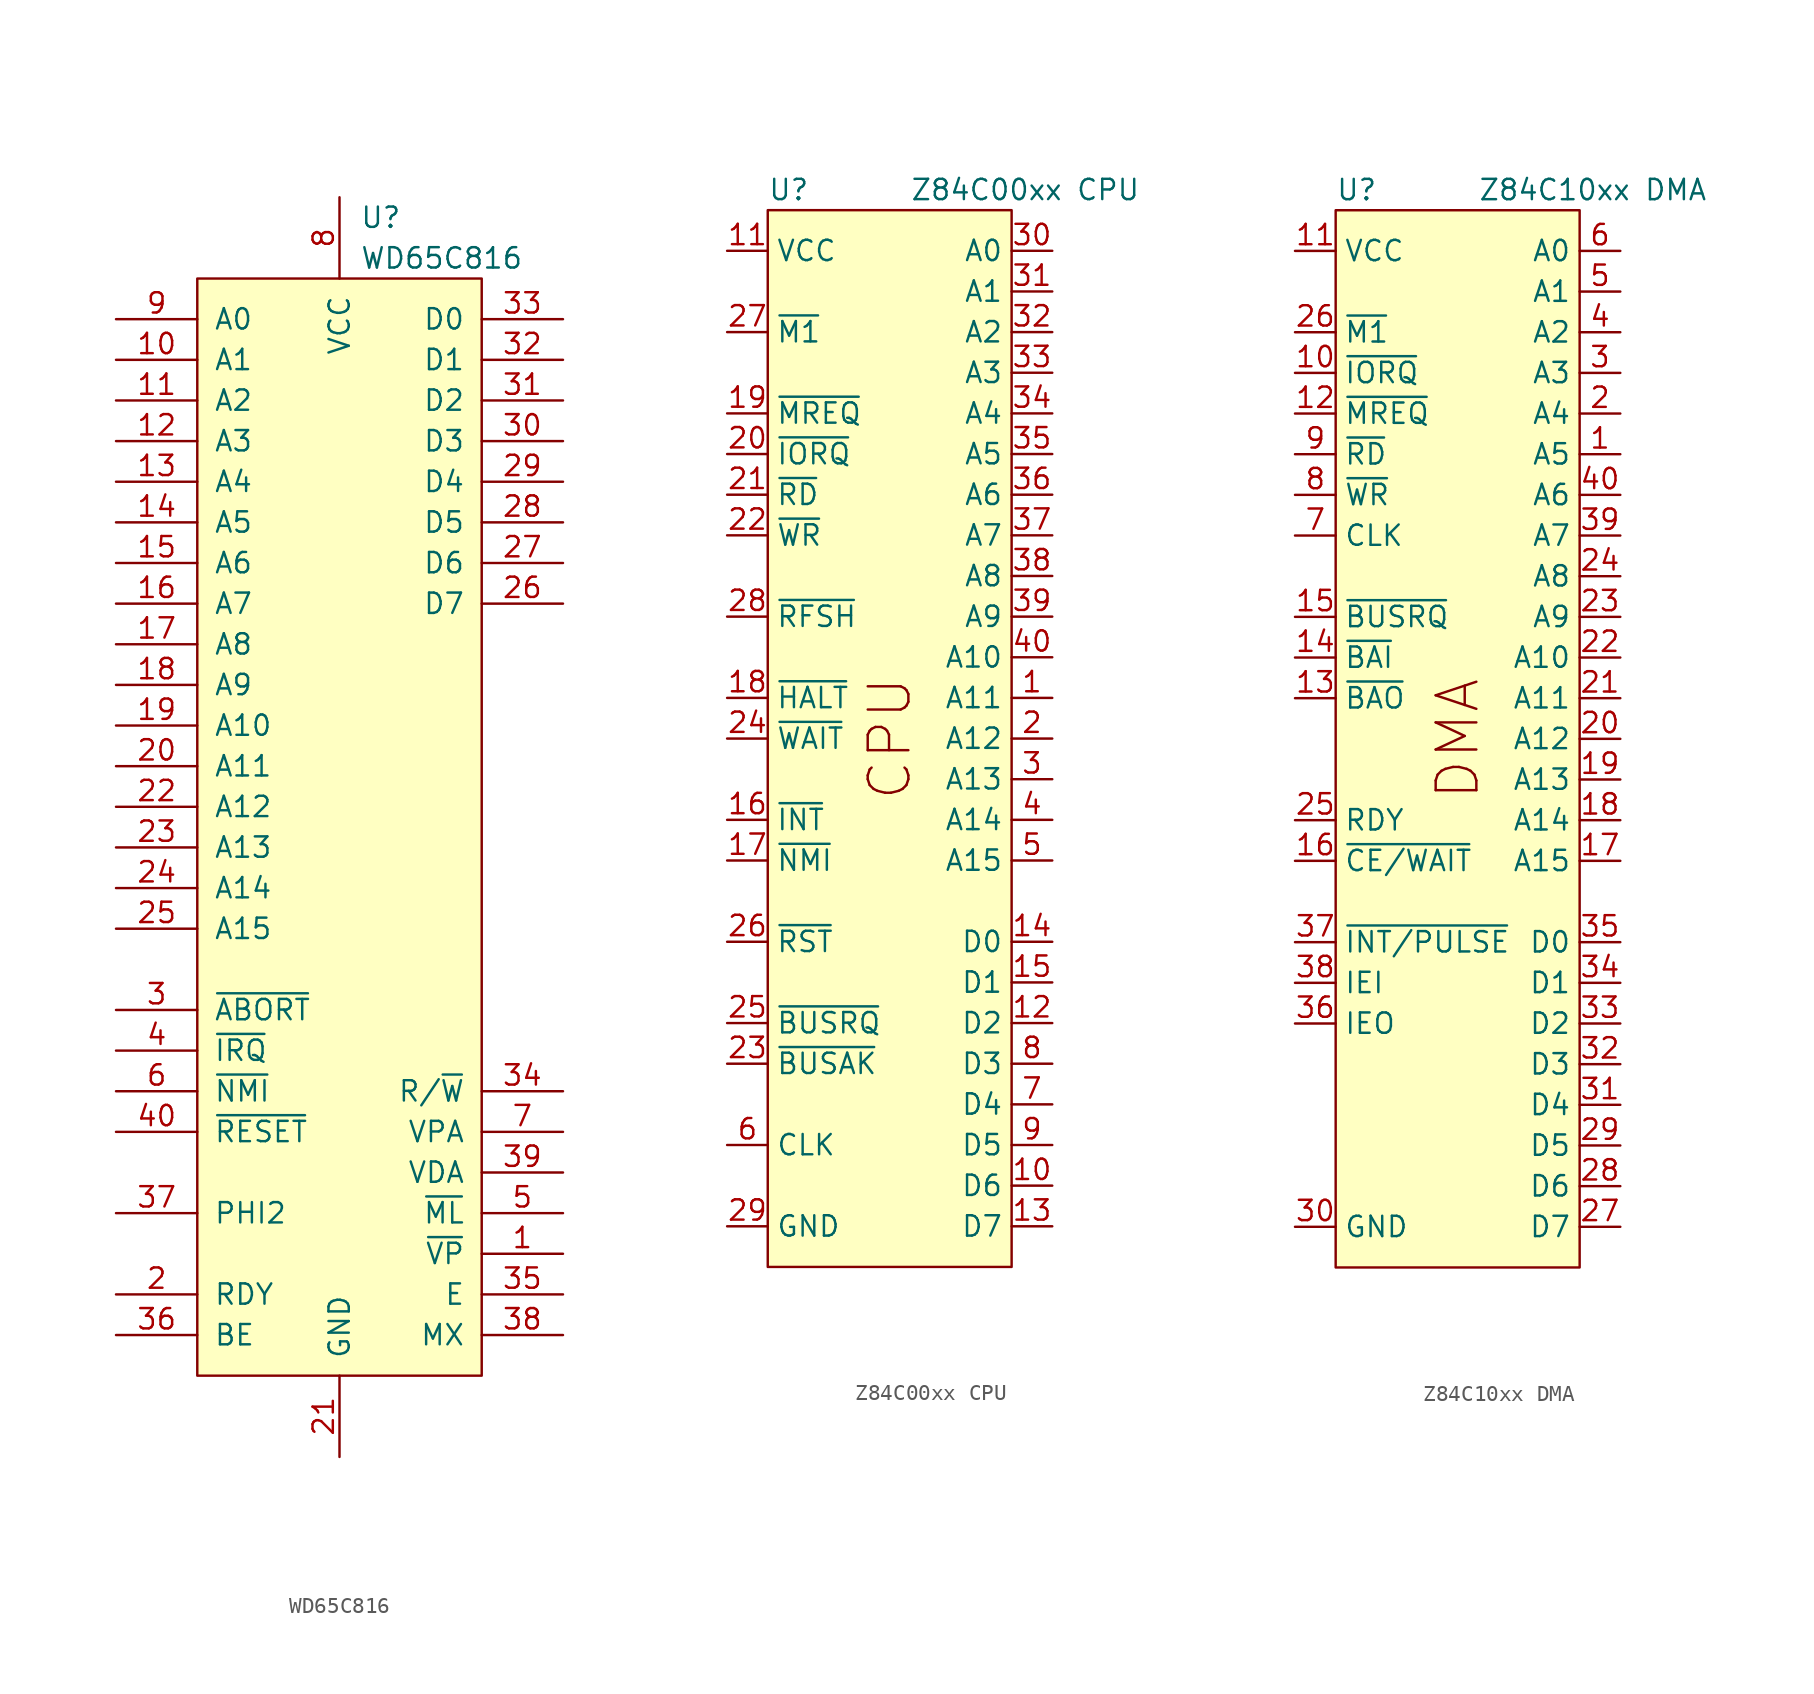
<source format=kicad_sym>
(kicad_symbol_lib
  (version 20220914)
  (generator kicad_symbol_editor)
  (symbol "WD65C816"
    (pin_names
      (offset 1.016))
    (property "Reference" "U"
      (at 10.16 3.81 0)
      (effects (font (size 1.27 1.27)) (justify left)))
    (property "Value" "WD65C816"
      (at 10.16 1.27 0)
      (effects (font (size 1.27 1.27)) (justify left)))
    (property "Footprint" ""
      (at -3.81 0 0)
      (effects (font (size 1.524 1.524))))
    (property "Datasheet" ""
      (at -3.81 0 0)
      (effects (font (size 1.524 1.524))))
    (symbol "WD65C816_0_1"
      (rectangle (start 0 0) (end 17.78 -68.58) (stroke (width 0) (type solid)) (fill (type background))))
    (symbol "WD65C816_1_1"
      (pin output line (at 22.86 -60.96 180) (length 5.08) (name "~{VP}" (effects (font (size 1.27 1.27)))) (number "1" (effects (font (size 1.27 1.27)))))
      (pin output line (at -5.08 -5.08 0) (length 5.08) (name "A1" (effects (font (size 1.27 1.27)))) (number "10" (effects (font (size 1.27 1.27)))))
      (pin output line (at -5.08 -7.62 0) (length 5.08) (name "A2" (effects (font (size 1.27 1.27)))) (number "11" (effects (font (size 1.27 1.27)))))
      (pin output line (at -5.08 -10.16 0) (length 5.08) (name "A3" (effects (font (size 1.27 1.27)))) (number "12" (effects (font (size 1.27 1.27)))))
      (pin output line (at -5.08 -12.7 0) (length 5.08) (name "A4" (effects (font (size 1.27 1.27)))) (number "13" (effects (font (size 1.27 1.27)))))
      (pin output line (at -5.08 -15.24 0) (length 5.08) (name "A5" (effects (font (size 1.27 1.27)))) (number "14" (effects (font (size 1.27 1.27)))))
      (pin output line (at -5.08 -17.78 0) (length 5.08) (name "A6" (effects (font (size 1.27 1.27)))) (number "15" (effects (font (size 1.27 1.27)))))
      (pin output line (at -5.08 -20.32 0) (length 5.08) (name "A7" (effects (font (size 1.27 1.27)))) (number "16" (effects (font (size 1.27 1.27)))))
      (pin output line (at -5.08 -22.86 0) (length 5.08) (name "A8" (effects (font (size 1.27 1.27)))) (number "17" (effects (font (size 1.27 1.27)))))
      (pin output line (at -5.08 -25.4 0) (length 5.08) (name "A9" (effects (font (size 1.27 1.27)))) (number "18" (effects (font (size 1.27 1.27)))))
      (pin output line (at -5.08 -27.94 0) (length 5.08) (name "A10" (effects (font (size 1.27 1.27)))) (number "19" (effects (font (size 1.27 1.27)))))
      (pin bidirectional line (at -5.08 -63.5 0) (length 5.08) (name "RDY" (effects (font (size 1.27 1.27)))) (number "2" (effects (font (size 1.27 1.27)))))
      (pin output line (at -5.08 -30.48 0) (length 5.08) (name "A11" (effects (font (size 1.27 1.27)))) (number "20" (effects (font (size 1.27 1.27)))))
      (pin power_in line (at 8.89 -73.66 90) (length 5.08) (name "GND" (effects (font (size 1.27 1.27)))) (number "21" (effects (font (size 1.27 1.27)))))
      (pin output line (at -5.08 -33.02 0) (length 5.08) (name "A12" (effects (font (size 1.27 1.27)))) (number "22" (effects (font (size 1.27 1.27)))))
      (pin output line (at -5.08 -35.56 0) (length 5.08) (name "A13" (effects (font (size 1.27 1.27)))) (number "23" (effects (font (size 1.27 1.27)))))
      (pin output line (at -5.08 -38.1 0) (length 5.08) (name "A14" (effects (font (size 1.27 1.27)))) (number "24" (effects (font (size 1.27 1.27)))))
      (pin output line (at -5.08 -40.64 0) (length 5.08) (name "A15" (effects (font (size 1.27 1.27)))) (number "25" (effects (font (size 1.27 1.27)))))
      (pin tri_state line (at 22.86 -20.32 180) (length 5.08) (name "D7" (effects (font (size 1.27 1.27)))) (number "26" (effects (font (size 1.27 1.27)))))
      (pin tri_state line (at 22.86 -17.78 180) (length 5.08) (name "D6" (effects (font (size 1.27 1.27)))) (number "27" (effects (font (size 1.27 1.27)))))
      (pin tri_state line (at 22.86 -15.24 180) (length 5.08) (name "D5" (effects (font (size 1.27 1.27)))) (number "28" (effects (font (size 1.27 1.27)))))
      (pin tri_state line (at 22.86 -12.7 180) (length 5.08) (name "D4" (effects (font (size 1.27 1.27)))) (number "29" (effects (font (size 1.27 1.27)))))
      (pin input line (at -5.08 -45.72 0) (length 5.08) (name "~{ABORT}" (effects (font (size 1.27 1.27)))) (number "3" (effects (font (size 1.27 1.27)))))
      (pin tri_state line (at 22.86 -10.16 180) (length 5.08) (name "D3" (effects (font (size 1.27 1.27)))) (number "30" (effects (font (size 1.27 1.27)))))
      (pin tri_state line (at 22.86 -7.62 180) (length 5.08) (name "D2" (effects (font (size 1.27 1.27)))) (number "31" (effects (font (size 1.27 1.27)))))
      (pin tri_state line (at 22.86 -5.08 180) (length 5.08) (name "D1" (effects (font (size 1.27 1.27)))) (number "32" (effects (font (size 1.27 1.27)))))
      (pin tri_state line (at 22.86 -2.54 180) (length 5.08) (name "D0" (effects (font (size 1.27 1.27)))) (number "33" (effects (font (size 1.27 1.27)))))
      (pin output line (at 22.86 -50.8 180) (length 5.08) (name "R/~{W}" (effects (font (size 1.27 1.27)))) (number "34" (effects (font (size 1.27 1.27)))))
      (pin output line (at 22.86 -63.5 180) (length 5.08) (name "E" (effects (font (size 1.27 1.27)))) (number "35" (effects (font (size 1.27 1.27)))))
      (pin input line (at -5.08 -66.04 0) (length 5.08) (name "BE" (effects (font (size 1.27 1.27)))) (number "36" (effects (font (size 1.27 1.27)))))
      (pin input line (at -5.08 -58.42 0) (length 5.08) (name "PHI2" (effects (font (size 1.27 1.27)))) (number "37" (effects (font (size 1.27 1.27)))))
      (pin output line (at 22.86 -66.04 180) (length 5.08) (name "MX" (effects (font (size 1.27 1.27)))) (number "38" (effects (font (size 1.27 1.27)))))
      (pin output line (at 22.86 -55.88 180) (length 5.08) (name "VDA" (effects (font (size 1.27 1.27)))) (number "39" (effects (font (size 1.27 1.27)))))
      (pin input line (at -5.08 -48.26 0) (length 5.08) (name "~{IRQ}" (effects (font (size 1.27 1.27)))) (number "4" (effects (font (size 1.27 1.27)))))
      (pin input line (at -5.08 -53.34 0) (length 5.08) (name "~{RESET}" (effects (font (size 1.27 1.27)))) (number "40" (effects (font (size 1.27 1.27)))))
      (pin output line (at 22.86 -58.42 180) (length 5.08) (name "~{ML}" (effects (font (size 1.27 1.27)))) (number "5" (effects (font (size 1.27 1.27)))))
      (pin input line (at -5.08 -50.8 0) (length 5.08) (name "~{NMI}" (effects (font (size 1.27 1.27)))) (number "6" (effects (font (size 1.27 1.27)))))
      (pin output line (at 22.86 -53.34 180) (length 5.08) (name "VPA" (effects (font (size 1.27 1.27)))) (number "7" (effects (font (size 1.27 1.27)))))
      (pin power_in line (at 8.89 5.08 270) (length 5.08) (name "VCC" (effects (font (size 1.27 1.27)))) (number "8" (effects (font (size 1.27 1.27)))))
      (pin output line (at -5.08 -2.54 0) (length 5.08) (name "A0" (effects (font (size 1.27 1.27)))) (number "9" (effects (font (size 1.27 1.27)))))))
  (symbol "Z84C00xx CPU"
    (property "Reference" "U"
      (at -7.62 1.27 0)
      (effects (font (size 1.27 1.27)) (justify left)))
    (property "Value" "Z84C00xx CPU"
      (at 1.27 1.27 0)
      (effects (font (size 1.27 1.27)) (justify left)))
    (symbol "Z84C00xx CPU_0_0"
      (text "CPU" (at 0 -33.02 900) (effects (font (size 2.54 2.54)))))
    (symbol "Z84C00xx CPU_0_1"
      (rectangle (start -7.62 0) (end 7.62 -66.04) (stroke (width 0.152) (type default)) (fill (type background))))
    (symbol "Z84C00xx CPU_1_1"
      (pin tri_state line (at 10.16 -30.48 180) (length 2.54) (name "A11" (effects (font (size 1.27 1.27)))) (number "1" (effects (font (size 1.27 1.27)))))
      (pin tri_state line (at 10.16 -60.96 180) (length 2.54) (name "D6" (effects (font (size 1.27 1.27)))) (number "10" (effects (font (size 1.27 1.27)))))
      (pin power_in line (at -10.16 -2.54 0) (length 2.54) (name "VCC" (effects (font (size 1.27 1.27)))) (number "11" (effects (font (size 1.27 1.27)))))
      (pin tri_state line (at 10.16 -50.8 180) (length 2.54) (name "D2" (effects (font (size 1.27 1.27)))) (number "12" (effects (font (size 1.27 1.27)))))
      (pin tri_state line (at 10.16 -63.5 180) (length 2.54) (name "D7" (effects (font (size 1.27 1.27)))) (number "13" (effects (font (size 1.27 1.27)))))
      (pin tri_state line (at 10.16 -45.72 180) (length 2.54) (name "D0" (effects (font (size 1.27 1.27)))) (number "14" (effects (font (size 1.27 1.27)))))
      (pin tri_state line (at 10.16 -48.26 180) (length 2.54) (name "D1" (effects (font (size 1.27 1.27)))) (number "15" (effects (font (size 1.27 1.27)))))
      (pin input line (at -10.16 -38.1 0) (length 2.54) (name "~{INT}" (effects (font (size 1.27 1.27)))) (number "16" (effects (font (size 1.27 1.27)))))
      (pin input line (at -10.16 -40.64 0) (length 2.54) (name "~{NMI}" (effects (font (size 1.27 1.27)))) (number "17" (effects (font (size 1.27 1.27)))))
      (pin output line (at -10.16 -30.48 0) (length 2.54) (name "~{HALT}" (effects (font (size 1.27 1.27)))) (number "18" (effects (font (size 1.27 1.27)))))
      (pin tri_state line (at -10.16 -12.7 0) (length 2.54) (name "~{MREQ}" (effects (font (size 1.27 1.27)))) (number "19" (effects (font (size 1.27 1.27)))))
      (pin tri_state line (at 10.16 -33.02 180) (length 2.54) (name "A12" (effects (font (size 1.27 1.27)))) (number "2" (effects (font (size 1.27 1.27)))))
      (pin tri_state line (at -10.16 -15.24 0) (length 2.54) (name "~{IORQ}" (effects (font (size 1.27 1.27)))) (number "20" (effects (font (size 1.27 1.27)))))
      (pin tri_state line (at -10.16 -17.78 0) (length 2.54) (name "~{RD}" (effects (font (size 1.27 1.27)))) (number "21" (effects (font (size 1.27 1.27)))))
      (pin tri_state line (at -10.16 -20.32 0) (length 2.54) (name "~{WR}" (effects (font (size 1.27 1.27)))) (number "22" (effects (font (size 1.27 1.27)))))
      (pin output line (at -10.16 -53.34 0) (length 2.54) (name "~{BUSAK}" (effects (font (size 1.27 1.27)))) (number "23" (effects (font (size 1.27 1.27)))))
      (pin input line (at -10.16 -33.02 0) (length 2.54) (name "~{WAIT}" (effects (font (size 1.27 1.27)))) (number "24" (effects (font (size 1.27 1.27)))))
      (pin input line (at -10.16 -50.8 0) (length 2.54) (name "~{BUSRQ}" (effects (font (size 1.27 1.27)))) (number "25" (effects (font (size 1.27 1.27)))))
      (pin input line (at -10.16 -45.72 0) (length 2.54) (name "~{RST}" (effects (font (size 1.27 1.27)))) (number "26" (effects (font (size 1.27 1.27)))))
      (pin output line (at -10.16 -7.62 0) (length 2.54) (name "~{M1}" (effects (font (size 1.27 1.27)))) (number "27" (effects (font (size 1.27 1.27)))))
      (pin tri_state line (at -10.16 -25.4 0) (length 2.54) (name "~{RFSH}" (effects (font (size 1.27 1.27)))) (number "28" (effects (font (size 1.27 1.27)))))
      (pin power_in line (at -10.16 -63.5 0) (length 2.54) (name "GND" (effects (font (size 1.27 1.27)))) (number "29" (effects (font (size 1.27 1.27)))))
      (pin tri_state line (at 10.16 -35.56 180) (length 2.54) (name "A13" (effects (font (size 1.27 1.27)))) (number "3" (effects (font (size 1.27 1.27)))))
      (pin tri_state line (at 10.16 -2.54 180) (length 2.54) (name "A0" (effects (font (size 1.27 1.27)))) (number "30" (effects (font (size 1.27 1.27)))))
      (pin tri_state line (at 10.16 -5.08 180) (length 2.54) (name "A1" (effects (font (size 1.27 1.27)))) (number "31" (effects (font (size 1.27 1.27)))))
      (pin tri_state line (at 10.16 -7.62 180) (length 2.54) (name "A2" (effects (font (size 1.27 1.27)))) (number "32" (effects (font (size 1.27 1.27)))))
      (pin tri_state line (at 10.16 -10.16 180) (length 2.54) (name "A3" (effects (font (size 1.27 1.27)))) (number "33" (effects (font (size 1.27 1.27)))))
      (pin tri_state line (at 10.16 -12.7 180) (length 2.54) (name "A4" (effects (font (size 1.27 1.27)))) (number "34" (effects (font (size 1.27 1.27)))))
      (pin tri_state line (at 10.16 -15.24 180) (length 2.54) (name "A5" (effects (font (size 1.27 1.27)))) (number "35" (effects (font (size 1.27 1.27)))))
      (pin tri_state line (at 10.16 -17.78 180) (length 2.54) (name "A6" (effects (font (size 1.27 1.27)))) (number "36" (effects (font (size 1.27 1.27)))))
      (pin tri_state line (at 10.16 -20.32 180) (length 2.54) (name "A7" (effects (font (size 1.27 1.27)))) (number "37" (effects (font (size 1.27 1.27)))))
      (pin tri_state line (at 10.16 -22.86 180) (length 2.54) (name "A8" (effects (font (size 1.27 1.27)))) (number "38" (effects (font (size 1.27 1.27)))))
      (pin tri_state line (at 10.16 -25.4 180) (length 2.54) (name "A9" (effects (font (size 1.27 1.27)))) (number "39" (effects (font (size 1.27 1.27)))))
      (pin tri_state line (at 10.16 -38.1 180) (length 2.54) (name "A14" (effects (font (size 1.27 1.27)))) (number "4" (effects (font (size 1.27 1.27)))))
      (pin tri_state line (at 10.16 -27.94 180) (length 2.54) (name "A10" (effects (font (size 1.27 1.27)))) (number "40" (effects (font (size 1.27 1.27)))))
      (pin tri_state line (at 10.16 -40.64 180) (length 2.54) (name "A15" (effects (font (size 1.27 1.27)))) (number "5" (effects (font (size 1.27 1.27)))))
      (pin input line (at -10.16 -58.42 0) (length 2.54) (name "CLK" (effects (font (size 1.27 1.27)))) (number "6" (effects (font (size 1.27 1.27)))))
      (pin tri_state line (at 10.16 -55.88 180) (length 2.54) (name "D4" (effects (font (size 1.27 1.27)))) (number "7" (effects (font (size 1.27 1.27)))))
      (pin tri_state line (at 10.16 -53.34 180) (length 2.54) (name "D3" (effects (font (size 1.27 1.27)))) (number "8" (effects (font (size 1.27 1.27)))))
      (pin tri_state line (at 10.16 -58.42 180) (length 2.54) (name "D5" (effects (font (size 1.27 1.27)))) (number "9" (effects (font (size 1.27 1.27)))))))
  (symbol "Z84C10xx DMA"
    (property "Reference" "U"
      (at -7.62 1.27 0)
      (effects (font (size 1.27 1.27)) (justify left)))
    (property "Value" "Z84C10xx DMA"
      (at 1.27 1.27 0)
      (effects (font (size 1.27 1.27)) (justify left)))
    (symbol "Z84C10xx DMA_0_0"
      (text "DMA" (at 0 -33.02 900) (effects (font (size 2.54 2.54)))))
    (symbol "Z84C10xx DMA_0_1"
      (rectangle (start -7.62 0) (end 7.62 -66.04) (stroke (width 0.152) (type default)) (fill (type background))))
    (symbol "Z84C10xx DMA_1_1"
      (pin output line (at 10.16 -15.24 180) (length 2.54) (name "A5" (effects (font (size 1.27 1.27)))) (number "1" (effects (font (size 1.27 1.27)))))
      (pin bidirectional line (at -10.16 -10.16 0) (length 2.54) (name "~{IORQ}" (effects (font (size 1.27 1.27)))) (number "10" (effects (font (size 1.27 1.27)))))
      (pin power_in line (at -10.16 -2.54 0) (length 2.54) (name "VCC" (effects (font (size 1.27 1.27)))) (number "11" (effects (font (size 1.27 1.27)))))
      (pin output line (at -10.16 -12.7 0) (length 2.54) (name "~{MREQ}" (effects (font (size 1.27 1.27)))) (number "12" (effects (font (size 1.27 1.27)))))
      (pin output line (at -10.16 -30.48 0) (length 2.54) (name "~{BAO}" (effects (font (size 1.27 1.27)))) (number "13" (effects (font (size 1.27 1.27)))))
      (pin input line (at -10.16 -27.94 0) (length 2.54) (name "~{BAI}" (effects (font (size 1.27 1.27)))) (number "14" (effects (font (size 1.27 1.27)))))
      (pin bidirectional line (at -10.16 -25.4 0) (length 2.54) (name "~{BUSRQ}" (effects (font (size 1.27 1.27)))) (number "15" (effects (font (size 1.27 1.27)))))
      (pin output line (at -10.16 -40.64 0) (length 2.54) (name "~{CE/WAIT}" (effects (font (size 1.27 1.27)))) (number "16" (effects (font (size 1.27 1.27)))))
      (pin output line (at 10.16 -40.64 180) (length 2.54) (name "A15" (effects (font (size 1.27 1.27)))) (number "17" (effects (font (size 1.27 1.27)))))
      (pin output line (at 10.16 -38.1 180) (length 2.54) (name "A14" (effects (font (size 1.27 1.27)))) (number "18" (effects (font (size 1.27 1.27)))))
      (pin output line (at 10.16 -35.56 180) (length 2.54) (name "A13" (effects (font (size 1.27 1.27)))) (number "19" (effects (font (size 1.27 1.27)))))
      (pin output line (at 10.16 -12.7 180) (length 2.54) (name "A4" (effects (font (size 1.27 1.27)))) (number "2" (effects (font (size 1.27 1.27)))))
      (pin output line (at 10.16 -33.02 180) (length 2.54) (name "A12" (effects (font (size 1.27 1.27)))) (number "20" (effects (font (size 1.27 1.27)))))
      (pin output line (at 10.16 -30.48 180) (length 2.54) (name "A11" (effects (font (size 1.27 1.27)))) (number "21" (effects (font (size 1.27 1.27)))))
      (pin output line (at 10.16 -27.94 180) (length 2.54) (name "A10" (effects (font (size 1.27 1.27)))) (number "22" (effects (font (size 1.27 1.27)))))
      (pin output line (at 10.16 -25.4 180) (length 2.54) (name "A9" (effects (font (size 1.27 1.27)))) (number "23" (effects (font (size 1.27 1.27)))))
      (pin output line (at 10.16 -22.86 180) (length 2.54) (name "A8" (effects (font (size 1.27 1.27)))) (number "24" (effects (font (size 1.27 1.27)))))
      (pin input line (at -10.16 -38.1 0) (length 2.54) (name "RDY" (effects (font (size 1.27 1.27)))) (number "25" (effects (font (size 1.27 1.27)))))
      (pin input line (at -10.16 -7.62 0) (length 2.54) (name "~{M1}" (effects (font (size 1.27 1.27)))) (number "26" (effects (font (size 1.27 1.27)))))
      (pin bidirectional line (at 10.16 -63.5 180) (length 2.54) (name "D7" (effects (font (size 1.27 1.27)))) (number "27" (effects (font (size 1.27 1.27)))))
      (pin bidirectional line (at 10.16 -60.96 180) (length 2.54) (name "D6" (effects (font (size 1.27 1.27)))) (number "28" (effects (font (size 1.27 1.27)))))
      (pin bidirectional line (at 10.16 -58.42 180) (length 2.54) (name "D5" (effects (font (size 1.27 1.27)))) (number "29" (effects (font (size 1.27 1.27)))))
      (pin output line (at 10.16 -10.16 180) (length 2.54) (name "A3" (effects (font (size 1.27 1.27)))) (number "3" (effects (font (size 1.27 1.27)))))
      (pin power_in line (at -10.16 -63.5 0) (length 2.54) (name "GND" (effects (font (size 1.27 1.27)))) (number "30" (effects (font (size 1.27 1.27)))))
      (pin bidirectional line (at 10.16 -55.88 180) (length 2.54) (name "D4" (effects (font (size 1.27 1.27)))) (number "31" (effects (font (size 1.27 1.27)))))
      (pin bidirectional line (at 10.16 -53.34 180) (length 2.54) (name "D3" (effects (font (size 1.27 1.27)))) (number "32" (effects (font (size 1.27 1.27)))))
      (pin bidirectional line (at 10.16 -50.8 180) (length 2.54) (name "D2" (effects (font (size 1.27 1.27)))) (number "33" (effects (font (size 1.27 1.27)))))
      (pin bidirectional line (at 10.16 -48.26 180) (length 2.54) (name "D1" (effects (font (size 1.27 1.27)))) (number "34" (effects (font (size 1.27 1.27)))))
      (pin bidirectional line (at 10.16 -45.72 180) (length 2.54) (name "D0" (effects (font (size 1.27 1.27)))) (number "35" (effects (font (size 1.27 1.27)))))
      (pin output line (at -10.16 -50.8 0) (length 2.54) (name "IEO" (effects (font (size 1.27 1.27)))) (number "36" (effects (font (size 1.27 1.27)))))
      (pin open_collector line (at -10.16 -45.72 0) (length 2.54) (name "~{INT/PULSE}" (effects (font (size 1.27 1.27)))) (number "37" (effects (font (size 1.27 1.27)))))
      (pin input line (at -10.16 -48.26 0) (length 2.54) (name "IEI" (effects (font (size 1.27 1.27)))) (number "38" (effects (font (size 1.27 1.27)))))
      (pin output line (at 10.16 -20.32 180) (length 2.54) (name "A7" (effects (font (size 1.27 1.27)))) (number "39" (effects (font (size 1.27 1.27)))))
      (pin output line (at 10.16 -7.62 180) (length 2.54) (name "A2" (effects (font (size 1.27 1.27)))) (number "4" (effects (font (size 1.27 1.27)))))
      (pin output line (at 10.16 -17.78 180) (length 2.54) (name "A6" (effects (font (size 1.27 1.27)))) (number "40" (effects (font (size 1.27 1.27)))))
      (pin output line (at 10.16 -5.08 180) (length 2.54) (name "A1" (effects (font (size 1.27 1.27)))) (number "5" (effects (font (size 1.27 1.27)))))
      (pin output line (at 10.16 -2.54 180) (length 2.54) (name "A0" (effects (font (size 1.27 1.27)))) (number "6" (effects (font (size 1.27 1.27)))))
      (pin input line (at -10.16 -20.32 0) (length 2.54) (name "CLK" (effects (font (size 1.27 1.27)))) (number "7" (effects (font (size 1.27 1.27)))))
      (pin bidirectional line (at -10.16 -17.78 0) (length 2.54) (name "~{WR}" (effects (font (size 1.27 1.27)))) (number "8" (effects (font (size 1.27 1.27)))))
      (pin bidirectional line (at -10.16 -15.24 0) (length 2.54) (name "~{RD}" (effects (font (size 1.27 1.27)))) (number "9" (effects (font (size 1.27 1.27))))))))
</source>
